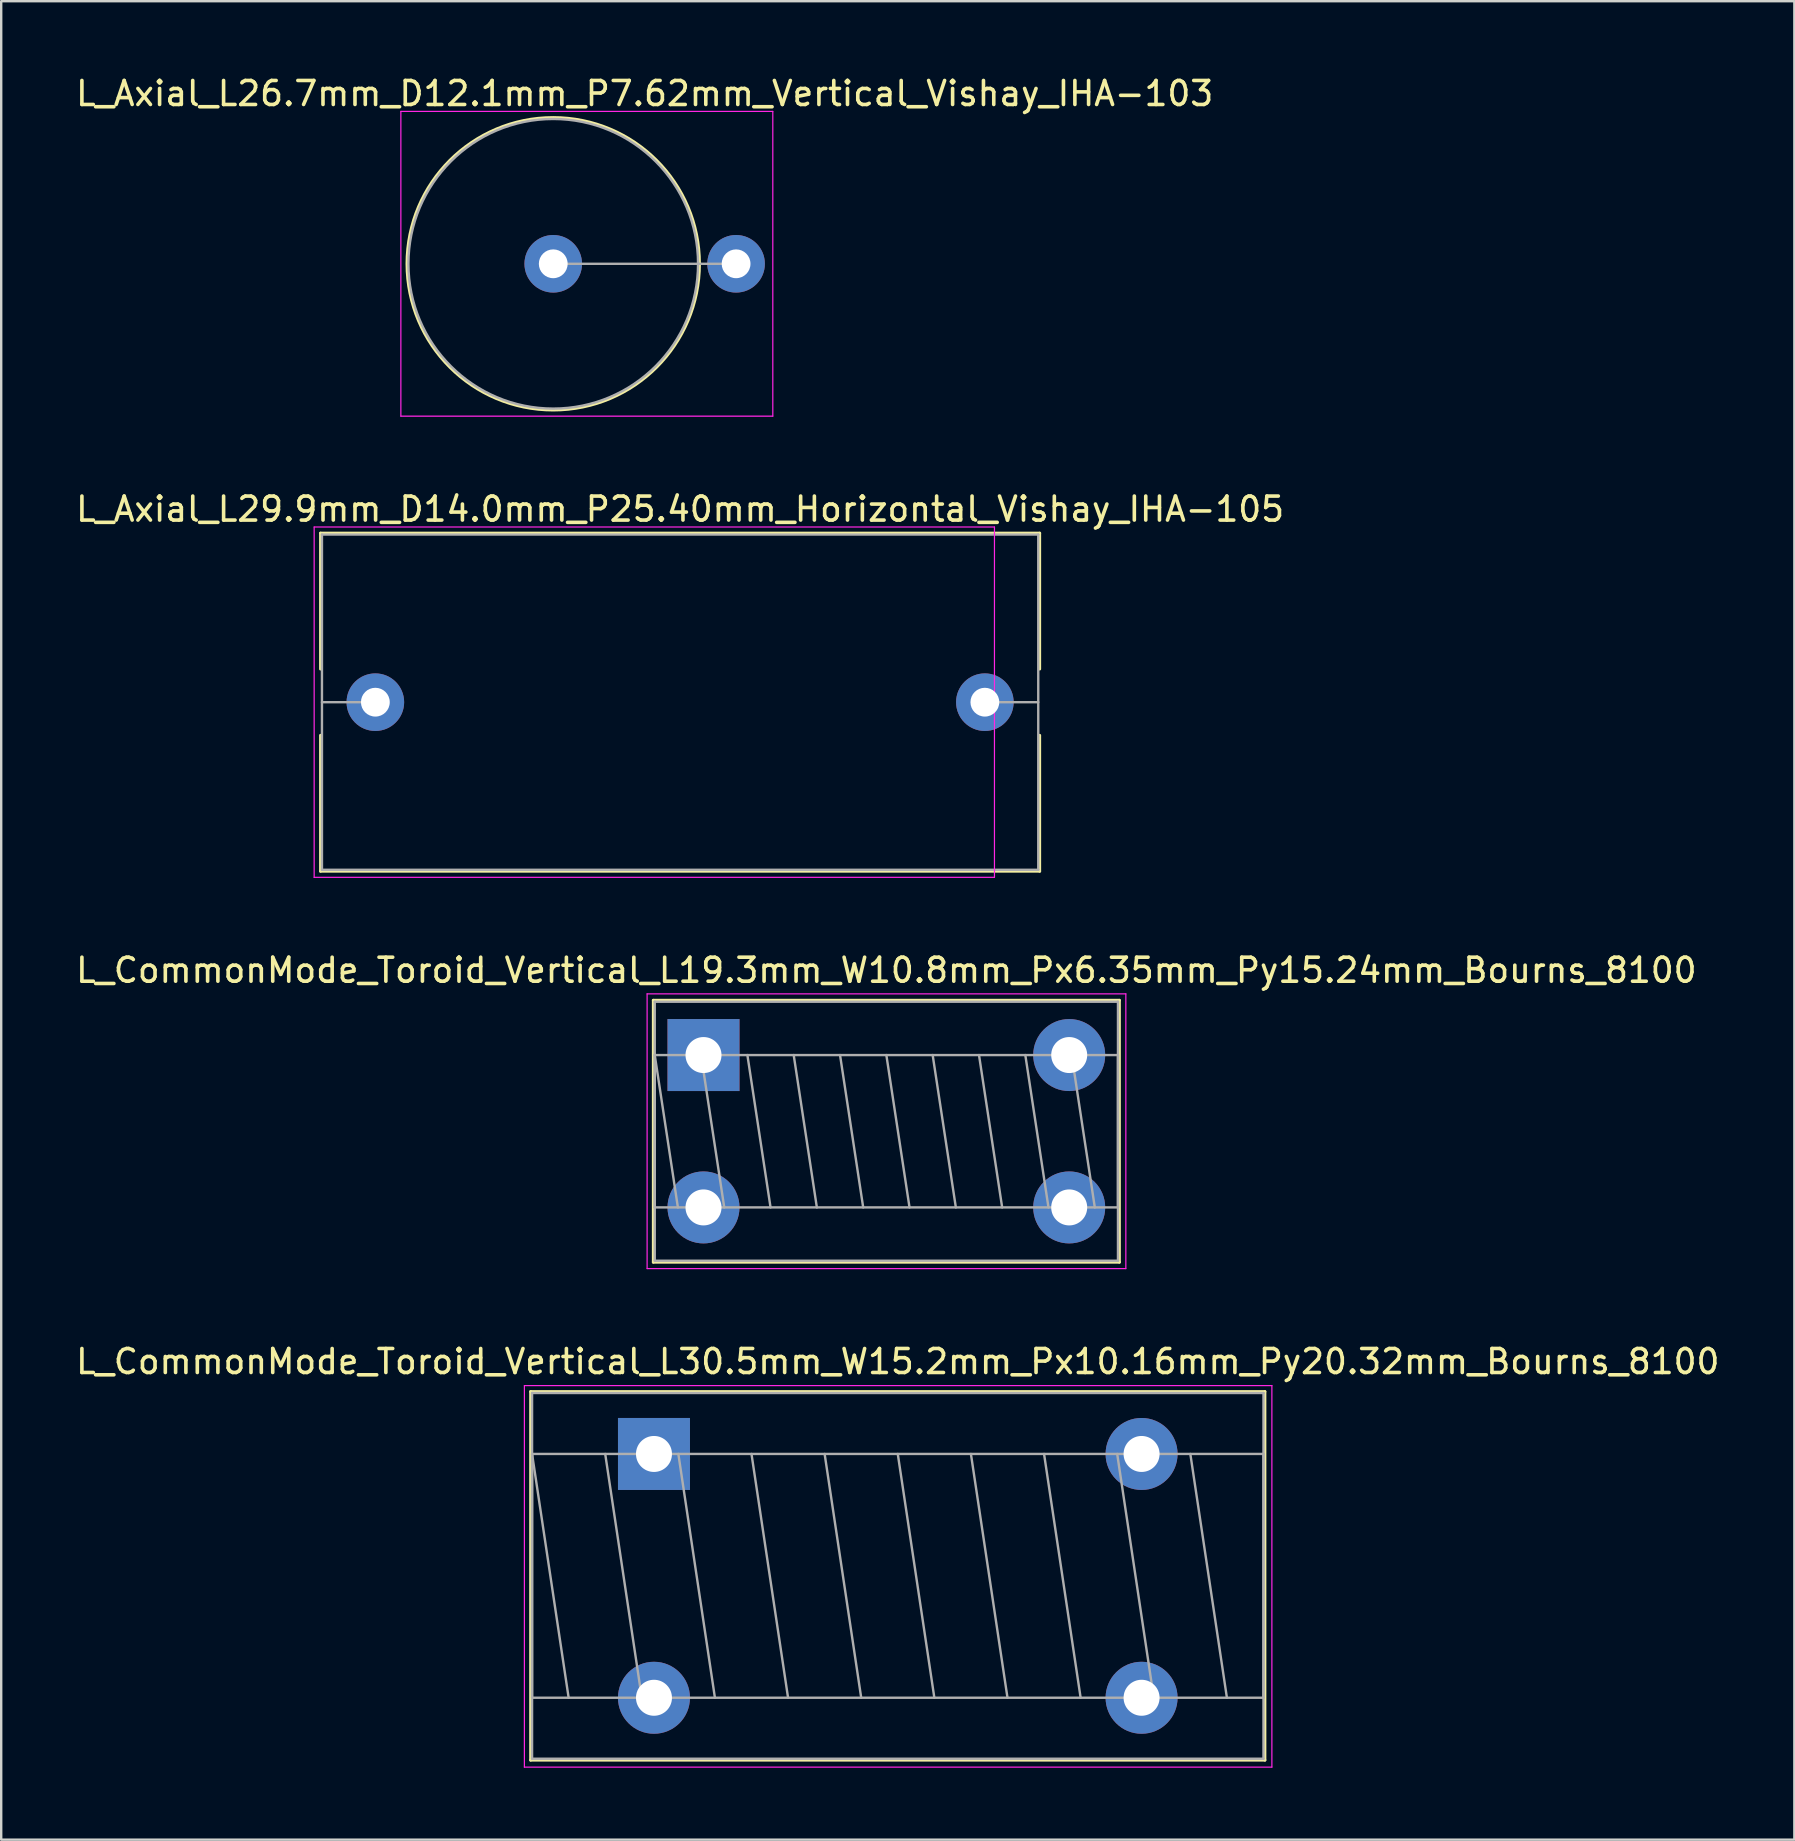
<source format=kicad_pcb>
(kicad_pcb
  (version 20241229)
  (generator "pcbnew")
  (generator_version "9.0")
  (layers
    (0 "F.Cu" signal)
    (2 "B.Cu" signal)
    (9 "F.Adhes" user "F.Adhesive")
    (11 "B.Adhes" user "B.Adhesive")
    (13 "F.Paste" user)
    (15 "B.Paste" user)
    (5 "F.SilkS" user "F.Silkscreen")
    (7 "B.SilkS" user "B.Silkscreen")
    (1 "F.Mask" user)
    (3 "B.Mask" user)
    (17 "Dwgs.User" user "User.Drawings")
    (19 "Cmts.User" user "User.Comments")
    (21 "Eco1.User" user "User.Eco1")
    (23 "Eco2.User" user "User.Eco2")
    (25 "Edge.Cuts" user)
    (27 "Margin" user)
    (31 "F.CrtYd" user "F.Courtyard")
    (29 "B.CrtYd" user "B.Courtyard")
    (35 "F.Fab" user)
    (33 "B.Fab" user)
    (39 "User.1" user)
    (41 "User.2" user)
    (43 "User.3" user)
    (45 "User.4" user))
  (footprint "L_CommonMode_Toroid_Vertical_L30.5mm_W15.2mm_Px10.16mm_Py20.32mm_Bourns_8100"
    (layer "F.Cu")
    (at 24.203 57.541)
    (property "Reference" "L_CommonMode_Toroid_Vertical_L30.5mm_W15.2mm_Px10.16mm_Py20.32mm_Bourns_8100" (at 10.16 -3.85 0) (layer "F.SilkS") (effects (font (size 1 1) (thickness 0.15))))
    (attr through_hole)
    (fp_line (start -5.14 -2.6) (end -5.14 12.76) (stroke (width 0.12) (type solid)) (layer "F.SilkS"))
    (fp_line (start -5.14 -2.6) (end 25.46 -2.6) (stroke (width 0.12) (type solid)) (layer "F.SilkS"))
    (fp_line (start -5.14 12.76) (end 25.46 12.76) (stroke (width 0.12) (type solid)) (layer "F.SilkS"))
    (fp_line (start 25.46 -2.6) (end 25.46 12.76) (stroke (width 0.12) (type solid)) (layer "F.SilkS"))
    (fp_line (start -5.4 -2.85) (end -5.4 13.05) (stroke (width 0.05) (type solid)) (layer "F.CrtYd"))
    (fp_line (start -5.4 13.05) (end 25.75 13.05) (stroke (width 0.05) (type solid)) (layer "F.CrtYd"))
    (fp_line (start 25.75 -2.85) (end -5.4 -2.85) (stroke (width 0.05) (type solid)) (layer "F.CrtYd"))
    (fp_line (start 25.75 13.05) (end 25.75 -2.85) (stroke (width 0.05) (type solid)) (layer "F.CrtYd"))
    (fp_line (start -5.08 -2.54) (end -5.08 12.7) (stroke (width 0.1) (type solid)) (layer "F.Fab"))
    (fp_line (start -5.08 0) (end -5.08 10.16) (stroke (width 0.1) (type solid)) (layer "F.Fab"))
    (fp_line (start -5.08 0) (end -3.556 10.16) (stroke (width 0.1) (type solid)) (layer "F.Fab"))
    (fp_line (start -5.08 10.16) (end 25.4 10.16) (stroke (width 0.1) (type solid)) (layer "F.Fab"))
    (fp_line (start -5.08 12.7) (end 25.4 12.7) (stroke (width 0.1) (type solid)) (layer "F.Fab"))
    (fp_line (start -2.032 0) (end -0.508 10.16) (stroke (width 0.1) (type solid)) (layer "F.Fab"))
    (fp_line (start 1.016 0) (end 2.54 10.16) (stroke (width 0.1) (type solid)) (layer "F.Fab"))
    (fp_line (start 4.064 0) (end 5.588 10.16) (stroke (width 0.1) (type solid)) (layer "F.Fab"))
    (fp_line (start 7.112 0) (end 8.636 10.16) (stroke (width 0.1) (type solid)) (layer "F.Fab"))
    (fp_line (start 10.16 0) (end 11.684 10.16) (stroke (width 0.1) (type solid)) (layer "F.Fab"))
    (fp_line (start 13.208 0) (end 14.732 10.16) (stroke (width 0.1) (type solid)) (layer "F.Fab"))
    (fp_line (start 16.256 0) (end 17.78 10.16) (stroke (width 0.1) (type solid)) (layer "F.Fab"))
    (fp_line (start 19.304 0) (end 20.828 10.16) (stroke (width 0.1) (type solid)) (layer "F.Fab"))
    (fp_line (start 22.352 0) (end 23.876 10.16) (stroke (width 0.1) (type solid)) (layer "F.Fab"))
    (fp_line (start 25.4 -2.54) (end -5.08 -2.54) (stroke (width 0.1) (type solid)) (layer "F.Fab"))
    (fp_line (start 25.4 0) (end -5.08 0) (stroke (width 0.1) (type solid)) (layer "F.Fab"))
    (fp_line (start 25.4 10.16) (end 25.4 0) (stroke (width 0.1) (type solid)) (layer "F.Fab"))
    (fp_line (start 25.4 12.7) (end 25.4 -2.54) (stroke (width 0.1) (type solid)) (layer "F.Fab"))
    (pad "1" thru_hole rect (at 0 0) (size 3 3) (drill 1.5) (layers "*.Cu" "*.Mask"))
    (pad "2" thru_hole circle (at 0 10.16) (size 3 3) (drill 1.5) (layers "*.Cu" "*.Mask"))
    (pad "3" thru_hole circle (at 20.32 10.16) (size 3 3) (drill 1.5) (layers "*.Cu" "*.Mask"))
    (pad "4" thru_hole circle (at 20.32 0) (size 3 3) (drill 1.5) (layers "*.Cu" "*.Mask")))
  (footprint "L_CommonMode_Toroid_Vertical_L19.3mm_W10.8mm_Px6.35mm_Py15.24mm_Bourns_8100"
    (layer "F.Cu")
    (at 26.267 40.917)
    (property "Reference" "L_CommonMode_Toroid_Vertical_L19.3mm_W10.8mm_Px6.35mm_Py15.24mm_Bourns_8100" (at 7.62 -3.533 0) (layer "F.SilkS") (effects (font (size 1 1) (thickness 0.15))))
    (attr through_hole)
    (fp_line (start -2.092 -2.283) (end -2.092 8.633) (stroke (width 0.12) (type solid)) (layer "F.SilkS"))
    (fp_line (start -2.092 -2.283) (end 17.332 -2.283) (stroke (width 0.12) (type solid)) (layer "F.SilkS"))
    (fp_line (start -2.092 8.633) (end 17.332 8.633) (stroke (width 0.12) (type solid)) (layer "F.SilkS"))
    (fp_line (start 17.332 -2.283) (end 17.332 8.633) (stroke (width 0.12) (type solid)) (layer "F.SilkS"))
    (fp_line (start -2.35 -2.55) (end -2.35 8.9) (stroke (width 0.05) (type solid)) (layer "F.CrtYd"))
    (fp_line (start -2.35 8.9) (end 17.6 8.9) (stroke (width 0.05) (type solid)) (layer "F.CrtYd"))
    (fp_line (start 17.6 -2.55) (end -2.35 -2.55) (stroke (width 0.05) (type solid)) (layer "F.CrtYd"))
    (fp_line (start 17.6 8.9) (end 17.6 -2.55) (stroke (width 0.05) (type solid)) (layer "F.CrtYd"))
    (fp_line (start -2.032 -2.223) (end -2.032 8.572) (stroke (width 0.1) (type solid)) (layer "F.Fab"))
    (fp_line (start -2.032 0) (end -2.032 6.35) (stroke (width 0.1) (type solid)) (layer "F.Fab"))
    (fp_line (start -2.032 0) (end -1.067 6.35) (stroke (width 0.1) (type solid)) (layer "F.Fab"))
    (fp_line (start -2.032 6.35) (end 17.272 6.35) (stroke (width 0.1) (type solid)) (layer "F.Fab"))
    (fp_line (start -2.032 8.572) (end 17.272 8.572) (stroke (width 0.1) (type solid)) (layer "F.Fab"))
    (fp_line (start -0.102 0) (end 0.864 6.35) (stroke (width 0.1) (type solid)) (layer "F.Fab"))
    (fp_line (start 1.829 0) (end 2.794 6.35) (stroke (width 0.1) (type solid)) (layer "F.Fab"))
    (fp_line (start 3.759 0) (end 4.724 6.35) (stroke (width 0.1) (type solid)) (layer "F.Fab"))
    (fp_line (start 5.69 0) (end 6.655 6.35) (stroke (width 0.1) (type solid)) (layer "F.Fab"))
    (fp_line (start 7.62 0) (end 8.585 6.35) (stroke (width 0.1) (type solid)) (layer "F.Fab"))
    (fp_line (start 9.55 0) (end 10.516 6.35) (stroke (width 0.1) (type solid)) (layer "F.Fab"))
    (fp_line (start 11.481 0) (end 12.446 6.35) (stroke (width 0.1) (type solid)) (layer "F.Fab"))
    (fp_line (start 13.411 0) (end 14.376 6.35) (stroke (width 0.1) (type solid)) (layer "F.Fab"))
    (fp_line (start 15.342 0) (end 16.307 6.35) (stroke (width 0.1) (type solid)) (layer "F.Fab"))
    (fp_line (start 17.272 -2.223) (end -2.032 -2.223) (stroke (width 0.1) (type solid)) (layer "F.Fab"))
    (fp_line (start 17.272 0) (end -2.032 0) (stroke (width 0.1) (type solid)) (layer "F.Fab"))
    (fp_line (start 17.272 6.35) (end 17.272 0) (stroke (width 0.1) (type solid)) (layer "F.Fab"))
    (fp_line (start 17.272 8.572) (end 17.272 -2.223) (stroke (width 0.1) (type solid)) (layer "F.Fab"))
    (pad "1" thru_hole rect (at 0 0) (size 3 3) (drill 1.5) (layers "*.Cu" "*.Mask"))
    (pad "2" thru_hole circle (at 0 6.35) (size 3 3) (drill 1.5) (layers "*.Cu" "*.Mask"))
    (pad "3" thru_hole circle (at 15.24 6.35) (size 3 3) (drill 1.5) (layers "*.Cu" "*.Mask"))
    (pad "4" thru_hole circle (at 15.24 0) (size 3 3) (drill 1.5) (layers "*.Cu" "*.Mask")))
  (footprint "L_Axial_L29.9mm_D14.0mm_P25.40mm_Horizontal_Vishay_IHA-105"
    (layer "F.Cu")
    (at 12.592 26.212)
    (property "Reference" "L_Axial_L29.9mm_D14.0mm_P25.40mm_Horizontal_Vishay_IHA-105" (at 12.7 -8.045 0) (layer "F.SilkS") (effects (font (size 1 1) (thickness 0.15))))
    (attr through_hole)
    (fp_line (start -2.285 -7.045) (end 27.685 -7.045) (stroke (width 0.12) (type solid)) (layer "F.SilkS"))
    (fp_line (start -2.285 -1.38) (end -2.285 -7.045) (stroke (width 0.12) (type solid)) (layer "F.SilkS"))
    (fp_line (start -2.285 1.38) (end -2.285 7.045) (stroke (width 0.12) (type solid)) (layer "F.SilkS"))
    (fp_line (start -2.285 7.045) (end 27.685 7.045) (stroke (width 0.12) (type solid)) (layer "F.SilkS"))
    (fp_line (start 27.685 -7.045) (end 27.685 -1.38) (stroke (width 0.12) (type solid)) (layer "F.SilkS"))
    (fp_line (start 27.685 7.045) (end 27.685 1.38) (stroke (width 0.12) (type solid)) (layer "F.SilkS"))
    (fp_line (start -2.55 -7.3) (end -2.55 7.3) (stroke (width 0.05) (type solid)) (layer "F.CrtYd"))
    (fp_line (start -2.55 7.3) (end 25.8 7.3) (stroke (width 0.05) (type solid)) (layer "F.CrtYd"))
    (fp_line (start 25.8 -7.3) (end -2.55 -7.3) (stroke (width 0.05) (type solid)) (layer "F.CrtYd"))
    (fp_line (start 25.8 7.3) (end 25.8 -7.3) (stroke (width 0.05) (type solid)) (layer "F.CrtYd"))
    (fp_line (start -2.225 -6.985) (end -2.225 6.985) (stroke (width 0.1) (type solid)) (layer "F.Fab"))
    (fp_line (start -2.225 6.985) (end 27.625 6.985) (stroke (width 0.1) (type solid)) (layer "F.Fab"))
    (fp_line (start 0 0) (end -2.225 0) (stroke (width 0.1) (type solid)) (layer "F.Fab"))
    (fp_line (start 25.4 0) (end 27.625 0) (stroke (width 0.1) (type solid)) (layer "F.Fab"))
    (fp_line (start 27.625 -6.985) (end -2.225 -6.985) (stroke (width 0.1) (type solid)) (layer "F.Fab"))
    (fp_line (start 27.625 6.985) (end 27.625 -6.985) (stroke (width 0.1) (type solid)) (layer "F.Fab"))
    (pad "1" thru_hole circle (at 0 0) (size 2.4 2.4) (drill 1.2) (layers "*.Cu" "*.Mask"))
    (pad "2" thru_hole oval (at 25.4 0) (size 2.4 2.4) (drill 1.2) (layers "*.Cu" "*.Mask")))
  (footprint "L_Axial_L26.7mm_D12.1mm_P7.62mm_Vertical_Vishay_IHA-103"
    (layer "F.Cu")
    (at 20.005 7.943)
    (property "Reference" "L_Axial_L26.7mm_D12.1mm_P7.62mm_Vertical_Vishay_IHA-103" (at 3.81 -7.095 0) (layer "F.SilkS") (effects (font (size 1 1) (thickness 0.15))))
    (attr through_hole)
    (fp_line (start 6.095 0) (end 6.12 0) (stroke (width 0.12) (type solid)) (layer "F.SilkS"))
    (fp_circle (center 0 0) (end 6.095 0) (stroke (width 0.12) (type solid)) (fill no) (layer "F.SilkS"))
    (fp_line (start -6.35 -6.35) (end -6.35 6.35) (stroke (width 0.05) (type solid)) (layer "F.CrtYd"))
    (fp_line (start -6.35 6.35) (end 9.15 6.35) (stroke (width 0.05) (type solid)) (layer "F.CrtYd"))
    (fp_line (start 9.15 -6.35) (end -6.35 -6.35) (stroke (width 0.05) (type solid)) (layer "F.CrtYd"))
    (fp_line (start 9.15 6.35) (end 9.15 -6.35) (stroke (width 0.05) (type solid)) (layer "F.CrtYd"))
    (fp_line (start 0 0) (end 7.62 0) (stroke (width 0.1) (type solid)) (layer "F.Fab"))
    (fp_circle (center 0 0) (end 6.035 0) (stroke (width 0.1) (type solid)) (fill no) (layer "F.Fab"))
    (pad "1" thru_hole circle (at 0 0) (size 2.4 2.4) (drill 1.2) (layers "*.Cu" "*.Mask"))
    (pad "2" thru_hole oval (at 7.62 0) (size 2.4 2.4) (drill 1.2) (layers "*.Cu" "*.Mask")))
  (gr_rect
    (start -3 -3)
    (end 71.726 73.615)
    (stroke (width 0.1) (type default))
    (fill no)
    (layer "Edge.Cuts")))
</source>
